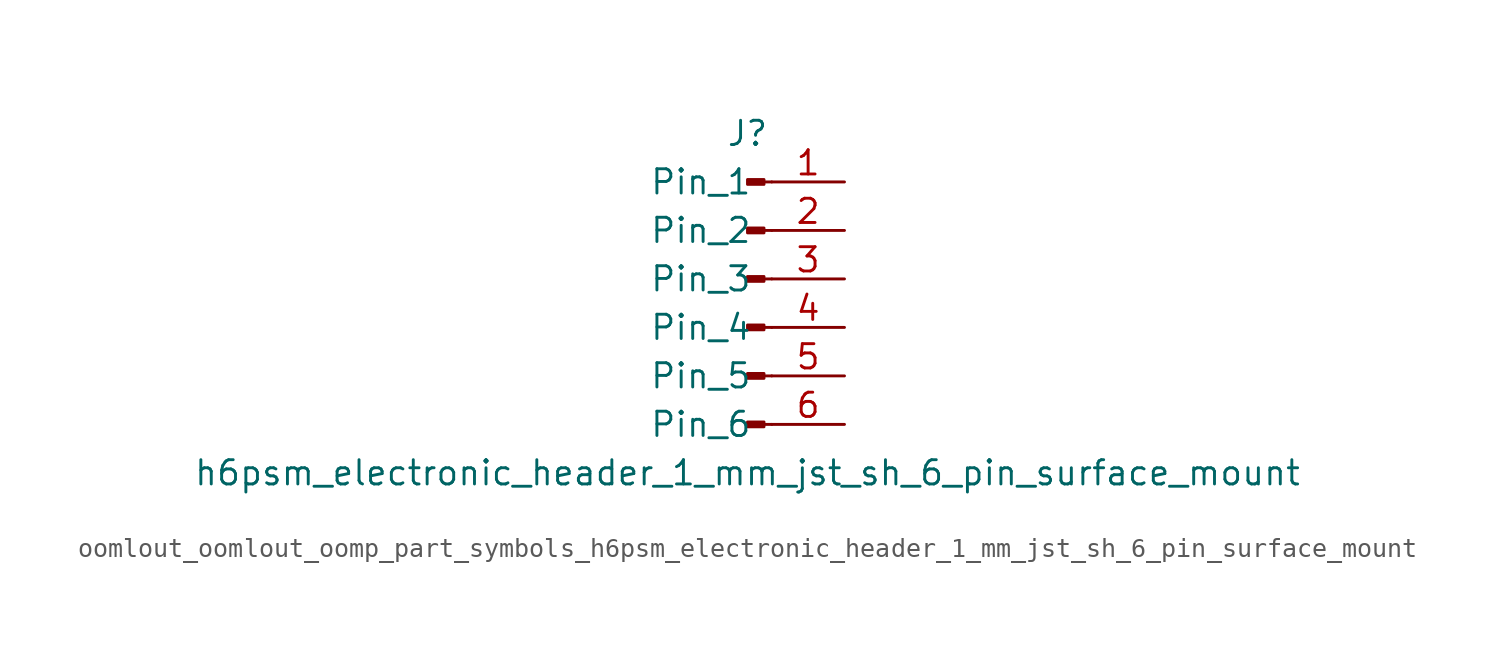
<source format=kicad_sym>
(kicad_symbol_lib
  (version 20220914)
  (generator kicad_symbol_editor)
  (symbol "oomlout_oomlout_oomp_part_symbols_h6psm_electronic_header_1_mm_jst_sh_6_pin_surface_mount"
    (pin_names
      (offset 1.016))
    (property "Reference" "J"
      (at 0 7.62 0)
      (effects (font (size 1.27 1.27))))
    (property "Value" "h6psm_electronic_header_1_mm_jst_sh_6_pin_surface_mount"
      (at 0 -10.16 0)
      (effects (font (size 1.27 1.27))))
    (property "ki_locked" ""
      (at 0 0 0)
      (effects (font (size 1.27 1.27))))
    (symbol "oomlout_oomlout_oomp_part_symbols_h6psm_electronic_header_1_mm_jst_sh_6_pin_surface_mount_1_1"
      (polyline (pts (xy 1.27 -7.62) (xy 0.864 -7.62)) (stroke (width 0.152) (type default)) (fill (type none)))
      (polyline (pts (xy 1.27 -5.08) (xy 0.864 -5.08)) (stroke (width 0.152) (type default)) (fill (type none)))
      (polyline (pts (xy 1.27 -2.54) (xy 0.864 -2.54)) (stroke (width 0.152) (type default)) (fill (type none)))
      (polyline (pts (xy 1.27 0) (xy 0.864 0)) (stroke (width 0.152) (type default)) (fill (type none)))
      (polyline (pts (xy 1.27 2.54) (xy 0.864 2.54)) (stroke (width 0.152) (type default)) (fill (type none)))
      (polyline (pts (xy 1.27 5.08) (xy 0.864 5.08)) (stroke (width 0.152) (type default)) (fill (type none)))
      (rectangle (start 0.864 -7.493) (end 0 -7.747) (stroke (width 0.152) (type default)) (fill (type outline)))
      (rectangle (start 0.864 -4.953) (end 0 -5.207) (stroke (width 0.152) (type default)) (fill (type outline)))
      (rectangle (start 0.864 -2.413) (end 0 -2.667) (stroke (width 0.152) (type default)) (fill (type outline)))
      (rectangle (start 0.864 0.127) (end 0 -0.127) (stroke (width 0.152) (type default)) (fill (type outline)))
      (rectangle (start 0.864 2.667) (end 0 2.413) (stroke (width 0.152) (type default)) (fill (type outline)))
      (rectangle (start 0.864 5.207) (end 0 4.953) (stroke (width 0.152) (type default)) (fill (type outline)))
      (pin passive line (at 5.08 5.08 180) (length 3.81) (name "Pin_1" (effects (font (size 1.27 1.27)))) (number "1" (effects (font (size 1.27 1.27)))))
      (pin passive line (at 5.08 2.54 180) (length 3.81) (name "Pin_2" (effects (font (size 1.27 1.27)))) (number "2" (effects (font (size 1.27 1.27)))))
      (pin passive line (at 5.08 0 180) (length 3.81) (name "Pin_3" (effects (font (size 1.27 1.27)))) (number "3" (effects (font (size 1.27 1.27)))))
      (pin passive line (at 5.08 -2.54 180) (length 3.81) (name "Pin_4" (effects (font (size 1.27 1.27)))) (number "4" (effects (font (size 1.27 1.27)))))
      (pin passive line (at 5.08 -5.08 180) (length 3.81) (name "Pin_5" (effects (font (size 1.27 1.27)))) (number "5" (effects (font (size 1.27 1.27)))))
      (pin passive line (at 5.08 -7.62 180) (length 3.81) (name "Pin_6" (effects (font (size 1.27 1.27)))) (number "6" (effects (font (size 1.27 1.27))))))))
</source>
